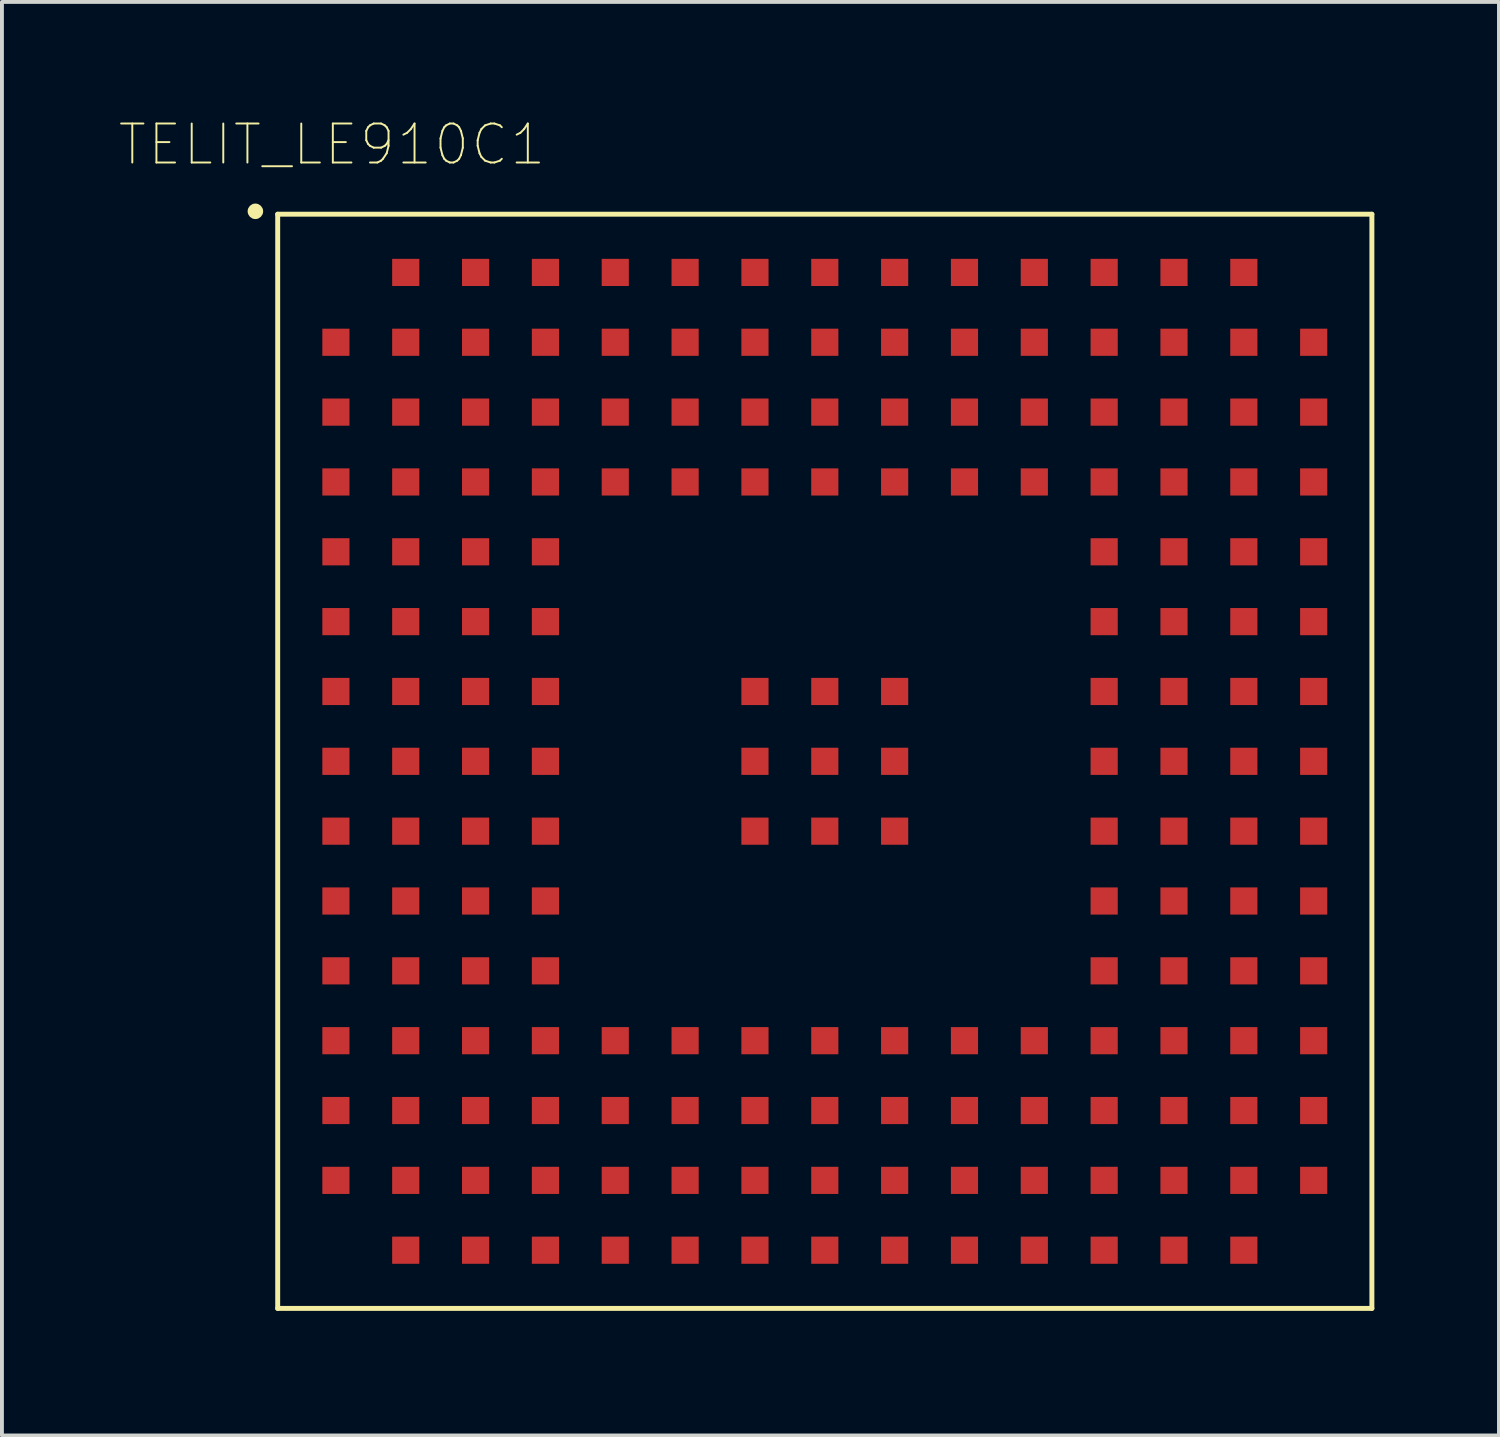
<source format=kicad_pcb>
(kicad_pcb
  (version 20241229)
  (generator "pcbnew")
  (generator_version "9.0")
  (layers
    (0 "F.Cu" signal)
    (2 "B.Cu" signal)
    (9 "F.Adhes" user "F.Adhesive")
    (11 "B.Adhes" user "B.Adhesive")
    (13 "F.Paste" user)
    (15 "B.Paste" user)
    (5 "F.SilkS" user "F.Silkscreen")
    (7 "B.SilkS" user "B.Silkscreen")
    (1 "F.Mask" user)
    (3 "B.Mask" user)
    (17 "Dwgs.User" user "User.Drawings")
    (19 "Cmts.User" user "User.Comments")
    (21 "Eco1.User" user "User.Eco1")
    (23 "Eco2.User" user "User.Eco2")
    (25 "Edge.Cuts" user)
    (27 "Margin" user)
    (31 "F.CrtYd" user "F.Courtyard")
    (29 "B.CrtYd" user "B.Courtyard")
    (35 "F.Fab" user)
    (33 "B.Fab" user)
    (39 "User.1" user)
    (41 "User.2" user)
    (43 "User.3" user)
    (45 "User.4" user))
  (footprint "TELIT_LE910C1"
    (layer "F.Cu")
    (at 18.207 16.571)
    (property "Reference" "TELIT_LE910C1" (at -12.703 -15.895 0) (layer "F.SilkS") (effects (font (size 1.005 1.005) (thickness 0.05))))
    (attr smd)
    (fp_line (start -14.1 14.1) (end -14.1 -14.1) (stroke (width 0.127) (type solid)) (layer "F.SilkS"))
    (fp_line (start 14.1 -14.1) (end -14.1 -14.1) (stroke (width 0.127) (type solid)) (layer "F.SilkS"))
    (fp_line (start 14.1 14.1) (end -14.1 14.1) (stroke (width 0.127) (type solid)) (layer "F.SilkS"))
    (fp_line (start 14.1 14.1) (end 14.1 -14.1) (stroke (width 0.127) (type solid)) (layer "F.SilkS"))
    (fp_circle (center -14.675 -14.175) (end -14.575 -14.175) (stroke (width 0.2) (type solid)) (fill no) (layer "F.SilkS"))
    (fp_line (start -14.35 -14.35) (end 14.35 -14.35) (stroke (width 0.05) (type solid)) (layer "Eco1.User"))
    (fp_line (start -14.35 14.35) (end -14.35 -14.35) (stroke (width 0.05) (type solid)) (layer "Eco1.User"))
    (fp_line (start -14.35 14.35) (end 14.35 14.35) (stroke (width 0.05) (type solid)) (layer "Eco1.User"))
    (fp_line (start 14.35 14.35) (end 14.35 -14.35) (stroke (width 0.05) (type solid)) (layer "Eco1.User"))
    (fp_line (start -14.1 14.1) (end -14.1 -14.1) (stroke (width 0.127) (type solid)) (layer "Eco2.User"))
    (fp_line (start 14.1 -14.1) (end -14.1 -14.1) (stroke (width 0.127) (type solid)) (layer "Eco2.User"))
    (fp_line (start 14.1 14.1) (end -14.1 14.1) (stroke (width 0.127) (type solid)) (layer "Eco2.User"))
    (fp_line (start 14.1 14.1) (end 14.1 -14.1) (stroke (width 0.127) (type solid)) (layer "Eco2.User"))
    (fp_circle (center -14.675 -14.175) (end -14.575 -14.175) (stroke (width 0.2) (type solid)) (fill no) (layer "Eco2.User"))
    (pad "A2" smd rect (at -12.6 -10.8) (size 0.7 0.7) (layers "F.Cu" "F.Mask" "F.Paste"))
    (pad "A3" smd rect (at -12.6 -9) (size 0.7 0.7) (layers "F.Cu" "F.Mask" "F.Paste"))
    (pad "A4" smd rect (at -12.6 -7.2) (size 0.7 0.7) (layers "F.Cu" "F.Mask" "F.Paste"))
    (pad "A5" smd rect (at -12.6 -5.4) (size 0.7 0.7) (layers "F.Cu" "F.Mask" "F.Paste"))
    (pad "A6" smd rect (at -12.6 -3.6) (size 0.7 0.7) (layers "F.Cu" "F.Mask" "F.Paste"))
    (pad "A7" smd rect (at -12.6 -1.8) (size 0.7 0.7) (layers "F.Cu" "F.Mask" "F.Paste"))
    (pad "A8" smd rect (at -12.6 0) (size 0.7 0.7) (layers "F.Cu" "F.Mask" "F.Paste"))
    (pad "A9" smd rect (at -12.6 1.8) (size 0.7 0.7) (layers "F.Cu" "F.Mask" "F.Paste"))
    (pad "A10" smd rect (at -12.6 3.6) (size 0.7 0.7) (layers "F.Cu" "F.Mask" "F.Paste"))
    (pad "A11" smd rect (at -12.6 5.4) (size 0.7 0.7) (layers "F.Cu" "F.Mask" "F.Paste"))
    (pad "A12" smd rect (at -12.6 7.2) (size 0.7 0.7) (layers "F.Cu" "F.Mask" "F.Paste"))
    (pad "A13" smd rect (at -12.6 9) (size 0.7 0.7) (layers "F.Cu" "F.Mask" "F.Paste"))
    (pad "A14" smd rect (at -12.6 10.8) (size 0.7 0.7) (layers "F.Cu" "F.Mask" "F.Paste"))
    (pad "B1" smd rect (at -10.8 -12.6) (size 0.7 0.7) (layers "F.Cu" "F.Mask" "F.Paste"))
    (pad "B2" smd rect (at -10.8 -10.8) (size 0.7 0.7) (layers "F.Cu" "F.Mask" "F.Paste"))
    (pad "B3" smd rect (at -10.8 -9) (size 0.7 0.7) (layers "F.Cu" "F.Mask" "F.Paste"))
    (pad "B4" smd rect (at -10.8 -7.2) (size 0.7 0.7) (layers "F.Cu" "F.Mask" "F.Paste"))
    (pad "B5" smd rect (at -10.8 -5.4) (size 0.7 0.7) (layers "F.Cu" "F.Mask" "F.Paste"))
    (pad "B6" smd rect (at -10.8 -3.6) (size 0.7 0.7) (layers "F.Cu" "F.Mask" "F.Paste"))
    (pad "B7" smd rect (at -10.8 -1.8) (size 0.7 0.7) (layers "F.Cu" "F.Mask" "F.Paste"))
    (pad "B8" smd rect (at -10.8 0) (size 0.7 0.7) (layers "F.Cu" "F.Mask" "F.Paste"))
    (pad "B9" smd rect (at -10.8 1.8) (size 0.7 0.7) (layers "F.Cu" "F.Mask" "F.Paste"))
    (pad "B10" smd rect (at -10.8 3.6) (size 0.7 0.7) (layers "F.Cu" "F.Mask" "F.Paste"))
    (pad "B11" smd rect (at -10.8 5.4) (size 0.7 0.7) (layers "F.Cu" "F.Mask" "F.Paste"))
    (pad "B12" smd rect (at -10.8 7.2) (size 0.7 0.7) (layers "F.Cu" "F.Mask" "F.Paste"))
    (pad "B13" smd rect (at -10.8 9) (size 0.7 0.7) (layers "F.Cu" "F.Mask" "F.Paste"))
    (pad "B14" smd rect (at -10.8 10.8) (size 0.7 0.7) (layers "F.Cu" "F.Mask" "F.Paste"))
    (pad "B15" smd rect (at -10.8 12.6) (size 0.7 0.7) (layers "F.Cu" "F.Mask" "F.Paste"))
    (pad "C1" smd rect (at -9 -12.6) (size 0.7 0.7) (layers "F.Cu" "F.Mask" "F.Paste"))
    (pad "C2" smd rect (at -9 -10.8) (size 0.7 0.7) (layers "F.Cu" "F.Mask" "F.Paste"))
    (pad "C3" smd rect (at -9 -9) (size 0.7 0.7) (layers "F.Cu" "F.Mask" "F.Paste"))
    (pad "C4" smd rect (at -9 -7.2) (size 0.7 0.7) (layers "F.Cu" "F.Mask" "F.Paste"))
    (pad "C5" smd rect (at -9 -5.4) (size 0.7 0.7) (layers "F.Cu" "F.Mask" "F.Paste"))
    (pad "C6" smd rect (at -9 -3.6) (size 0.7 0.7) (layers "F.Cu" "F.Mask" "F.Paste"))
    (pad "C7" smd rect (at -9 -1.8) (size 0.7 0.7) (layers "F.Cu" "F.Mask" "F.Paste"))
    (pad "C8" smd rect (at -9 0) (size 0.7 0.7) (layers "F.Cu" "F.Mask" "F.Paste"))
    (pad "C9" smd rect (at -9 1.8) (size 0.7 0.7) (layers "F.Cu" "F.Mask" "F.Paste"))
    (pad "C10" smd rect (at -9 3.6) (size 0.7 0.7) (layers "F.Cu" "F.Mask" "F.Paste"))
    (pad "C11" smd rect (at -9 5.4) (size 0.7 0.7) (layers "F.Cu" "F.Mask" "F.Paste"))
    (pad "C12" smd rect (at -9 7.2) (size 0.7 0.7) (layers "F.Cu" "F.Mask" "F.Paste"))
    (pad "C13" smd rect (at -9 9) (size 0.7 0.7) (layers "F.Cu" "F.Mask" "F.Paste"))
    (pad "C14" smd rect (at -9 10.8) (size 0.7 0.7) (layers "F.Cu" "F.Mask" "F.Paste"))
    (pad "C15" smd rect (at -9 12.6) (size 0.7 0.7) (layers "F.Cu" "F.Mask" "F.Paste"))
    (pad "D1" smd rect (at -7.2 -12.6) (size 0.7 0.7) (layers "F.Cu" "F.Mask" "F.Paste"))
    (pad "D2" smd rect (at -7.2 -10.8) (size 0.7 0.7) (layers "F.Cu" "F.Mask" "F.Paste"))
    (pad "D3" smd rect (at -7.2 -9) (size 0.7 0.7) (layers "F.Cu" "F.Mask" "F.Paste"))
    (pad "D4" smd rect (at -7.2 -7.2) (size 0.7 0.7) (layers "F.Cu" "F.Mask" "F.Paste"))
    (pad "D5" smd rect (at -7.2 -5.4) (size 0.7 0.7) (layers "F.Cu" "F.Mask" "F.Paste"))
    (pad "D6" smd rect (at -7.2 -3.6) (size 0.7 0.7) (layers "F.Cu" "F.Mask" "F.Paste"))
    (pad "D7" smd rect (at -7.2 -1.8) (size 0.7 0.7) (layers "F.Cu" "F.Mask" "F.Paste"))
    (pad "D8" smd rect (at -7.2 0) (size 0.7 0.7) (layers "F.Cu" "F.Mask" "F.Paste"))
    (pad "D9" smd rect (at -7.2 1.8) (size 0.7 0.7) (layers "F.Cu" "F.Mask" "F.Paste"))
    (pad "D10" smd rect (at -7.2 3.6) (size 0.7 0.7) (layers "F.Cu" "F.Mask" "F.Paste"))
    (pad "D11" smd rect (at -7.2 5.4) (size 0.7 0.7) (layers "F.Cu" "F.Mask" "F.Paste"))
    (pad "D12" smd rect (at -7.2 7.2) (size 0.7 0.7) (layers "F.Cu" "F.Mask" "F.Paste"))
    (pad "D13" smd rect (at -7.2 9) (size 0.7 0.7) (layers "F.Cu" "F.Mask" "F.Paste"))
    (pad "D14" smd rect (at -7.2 10.8) (size 0.7 0.7) (layers "F.Cu" "F.Mask" "F.Paste"))
    (pad "D15" smd rect (at -7.2 12.6) (size 0.7 0.7) (layers "F.Cu" "F.Mask" "F.Paste"))
    (pad "E1" smd rect (at -5.4 -12.6) (size 0.7 0.7) (layers "F.Cu" "F.Mask" "F.Paste"))
    (pad "E2" smd rect (at -5.4 -10.8) (size 0.7 0.7) (layers "F.Cu" "F.Mask" "F.Paste"))
    (pad "E3" smd rect (at -5.4 -9) (size 0.7 0.7) (layers "F.Cu" "F.Mask" "F.Paste"))
    (pad "E4" smd rect (at -5.4 -7.2) (size 0.7 0.7) (layers "F.Cu" "F.Mask" "F.Paste"))
    (pad "E12" smd rect (at -5.4 7.2) (size 0.7 0.7) (layers "F.Cu" "F.Mask" "F.Paste"))
    (pad "E13" smd rect (at -5.4 9) (size 0.7 0.7) (layers "F.Cu" "F.Mask" "F.Paste"))
    (pad "E14" smd rect (at -5.4 10.8) (size 0.7 0.7) (layers "F.Cu" "F.Mask" "F.Paste"))
    (pad "E15" smd rect (at -5.4 12.6) (size 0.7 0.7) (layers "F.Cu" "F.Mask" "F.Paste"))
    (pad "F1" smd rect (at -3.6 -12.6) (size 0.7 0.7) (layers "F.Cu" "F.Mask" "F.Paste"))
    (pad "F2" smd rect (at -3.6 -10.8) (size 0.7 0.7) (layers "F.Cu" "F.Mask" "F.Paste"))
    (pad "F3" smd rect (at -3.6 -9) (size 0.7 0.7) (layers "F.Cu" "F.Mask" "F.Paste"))
    (pad "F4" smd rect (at -3.6 -7.2) (size 0.7 0.7) (layers "F.Cu" "F.Mask" "F.Paste"))
    (pad "F12" smd rect (at -3.6 7.2) (size 0.7 0.7) (layers "F.Cu" "F.Mask" "F.Paste"))
    (pad "F13" smd rect (at -3.6 9) (size 0.7 0.7) (layers "F.Cu" "F.Mask" "F.Paste"))
    (pad "F14" smd rect (at -3.6 10.8) (size 0.7 0.7) (layers "F.Cu" "F.Mask" "F.Paste"))
    (pad "F15" smd rect (at -3.6 12.6) (size 0.7 0.7) (layers "F.Cu" "F.Mask" "F.Paste"))
    (pad "G1" smd rect (at -1.8 -12.6) (size 0.7 0.7) (layers "F.Cu" "F.Mask" "F.Paste"))
    (pad "G2" smd rect (at -1.8 -10.8) (size 0.7 0.7) (layers "F.Cu" "F.Mask" "F.Paste"))
    (pad "G3" smd rect (at -1.8 -9) (size 0.7 0.7) (layers "F.Cu" "F.Mask" "F.Paste"))
    (pad "G4" smd rect (at -1.8 -7.2) (size 0.7 0.7) (layers "F.Cu" "F.Mask" "F.Paste"))
    (pad "G7" smd rect (at -1.8 -1.8) (size 0.7 0.7) (layers "F.Cu" "F.Mask" "F.Paste"))
    (pad "G8" smd rect (at -1.8 0) (size 0.7 0.7) (layers "F.Cu" "F.Mask" "F.Paste"))
    (pad "G9" smd rect (at -1.8 1.8) (size 0.7 0.7) (layers "F.Cu" "F.Mask" "F.Paste"))
    (pad "G12" smd rect (at -1.8 7.2) (size 0.7 0.7) (layers "F.Cu" "F.Mask" "F.Paste"))
    (pad "G13" smd rect (at -1.8 9) (size 0.7 0.7) (layers "F.Cu" "F.Mask" "F.Paste"))
    (pad "G14" smd rect (at -1.8 10.8) (size 0.7 0.7) (layers "F.Cu" "F.Mask" "F.Paste"))
    (pad "G15" smd rect (at -1.8 12.6) (size 0.7 0.7) (layers "F.Cu" "F.Mask" "F.Paste"))
    (pad "H1" smd rect (at 0 -12.6) (size 0.7 0.7) (layers "F.Cu" "F.Mask" "F.Paste"))
    (pad "H2" smd rect (at 0 -10.8) (size 0.7 0.7) (layers "F.Cu" "F.Mask" "F.Paste"))
    (pad "H3" smd rect (at 0 -9) (size 0.7 0.7) (layers "F.Cu" "F.Mask" "F.Paste"))
    (pad "H4" smd rect (at 0 -7.2) (size 0.7 0.7) (layers "F.Cu" "F.Mask" "F.Paste"))
    (pad "H7" smd rect (at 0 -1.8) (size 0.7 0.7) (layers "F.Cu" "F.Mask" "F.Paste"))
    (pad "H8" smd rect (at 0 0) (size 0.7 0.7) (layers "F.Cu" "F.Mask" "F.Paste"))
    (pad "H9" smd rect (at 0 1.8) (size 0.7 0.7) (layers "F.Cu" "F.Mask" "F.Paste"))
    (pad "H12" smd rect (at 0 7.2) (size 0.7 0.7) (layers "F.Cu" "F.Mask" "F.Paste"))
    (pad "H13" smd rect (at 0 9) (size 0.7 0.7) (layers "F.Cu" "F.Mask" "F.Paste"))
    (pad "H14" smd rect (at 0 10.8) (size 0.7 0.7) (layers "F.Cu" "F.Mask" "F.Paste"))
    (pad "H15" smd rect (at 0 12.6) (size 0.7 0.7) (layers "F.Cu" "F.Mask" "F.Paste"))
    (pad "J1" smd rect (at 1.8 -12.6) (size 0.7 0.7) (layers "F.Cu" "F.Mask" "F.Paste"))
    (pad "J2" smd rect (at 1.8 -10.8) (size 0.7 0.7) (layers "F.Cu" "F.Mask" "F.Paste"))
    (pad "J3" smd rect (at 1.8 -9) (size 0.7 0.7) (layers "F.Cu" "F.Mask" "F.Paste"))
    (pad "J4" smd rect (at 1.8 -7.2) (size 0.7 0.7) (layers "F.Cu" "F.Mask" "F.Paste"))
    (pad "J7" smd rect (at 1.8 -1.8) (size 0.7 0.7) (layers "F.Cu" "F.Mask" "F.Paste"))
    (pad "J8" smd rect (at 1.8 0) (size 0.7 0.7) (layers "F.Cu" "F.Mask" "F.Paste"))
    (pad "J9" smd rect (at 1.8 1.8) (size 0.7 0.7) (layers "F.Cu" "F.Mask" "F.Paste"))
    (pad "J12" smd rect (at 1.8 7.2) (size 0.7 0.7) (layers "F.Cu" "F.Mask" "F.Paste"))
    (pad "J13" smd rect (at 1.8 9) (size 0.7 0.7) (layers "F.Cu" "F.Mask" "F.Paste"))
    (pad "J14" smd rect (at 1.8 10.8) (size 0.7 0.7) (layers "F.Cu" "F.Mask" "F.Paste"))
    (pad "J15" smd rect (at 1.8 12.6) (size 0.7 0.7) (layers "F.Cu" "F.Mask" "F.Paste"))
    (pad "K1" smd rect (at 3.6 -12.6) (size 0.7 0.7) (layers "F.Cu" "F.Mask" "F.Paste"))
    (pad "K2" smd rect (at 3.6 -10.8) (size 0.7 0.7) (layers "F.Cu" "F.Mask" "F.Paste"))
    (pad "K3" smd rect (at 3.6 -9) (size 0.7 0.7) (layers "F.Cu" "F.Mask" "F.Paste"))
    (pad "K4" smd rect (at 3.6 -7.2) (size 0.7 0.7) (layers "F.Cu" "F.Mask" "F.Paste"))
    (pad "K12" smd rect (at 3.6 7.2) (size 0.7 0.7) (layers "F.Cu" "F.Mask" "F.Paste"))
    (pad "K13" smd rect (at 3.6 9) (size 0.7 0.7) (layers "F.Cu" "F.Mask" "F.Paste"))
    (pad "K14" smd rect (at 3.6 10.8) (size 0.7 0.7) (layers "F.Cu" "F.Mask" "F.Paste"))
    (pad "K15" smd rect (at 3.6 12.6) (size 0.7 0.7) (layers "F.Cu" "F.Mask" "F.Paste"))
    (pad "L1" smd rect (at 5.4 -12.6) (size 0.7 0.7) (layers "F.Cu" "F.Mask" "F.Paste"))
    (pad "L2" smd rect (at 5.4 -10.8) (size 0.7 0.7) (layers "F.Cu" "F.Mask" "F.Paste"))
    (pad "L3" smd rect (at 5.4 -9) (size 0.7 0.7) (layers "F.Cu" "F.Mask" "F.Paste"))
    (pad "L4" smd rect (at 5.4 -7.2) (size 0.7 0.7) (layers "F.Cu" "F.Mask" "F.Paste"))
    (pad "L12" smd rect (at 5.4 7.2) (size 0.7 0.7) (layers "F.Cu" "F.Mask" "F.Paste"))
    (pad "L13" smd rect (at 5.4 9) (size 0.7 0.7) (layers "F.Cu" "F.Mask" "F.Paste"))
    (pad "L14" smd rect (at 5.4 10.8) (size 0.7 0.7) (layers "F.Cu" "F.Mask" "F.Paste"))
    (pad "L15" smd rect (at 5.4 12.6) (size 0.7 0.7) (layers "F.Cu" "F.Mask" "F.Paste"))
    (pad "M1" smd rect (at 7.2 -12.6) (size 0.7 0.7) (layers "F.Cu" "F.Mask" "F.Paste"))
    (pad "M2" smd rect (at 7.2 -10.8) (size 0.7 0.7) (layers "F.Cu" "F.Mask" "F.Paste"))
    (pad "M3" smd rect (at 7.2 -9) (size 0.7 0.7) (layers "F.Cu" "F.Mask" "F.Paste"))
    (pad "M4" smd rect (at 7.2 -7.2) (size 0.7 0.7) (layers "F.Cu" "F.Mask" "F.Paste"))
    (pad "M5" smd rect (at 7.2 -5.4) (size 0.7 0.7) (layers "F.Cu" "F.Mask" "F.Paste"))
    (pad "M6" smd rect (at 7.2 -3.6) (size 0.7 0.7) (layers "F.Cu" "F.Mask" "F.Paste"))
    (pad "M7" smd rect (at 7.2 -1.8) (size 0.7 0.7) (layers "F.Cu" "F.Mask" "F.Paste"))
    (pad "M8" smd rect (at 7.2 0) (size 0.7 0.7) (layers "F.Cu" "F.Mask" "F.Paste"))
    (pad "M9" smd rect (at 7.2 1.8) (size 0.7 0.7) (layers "F.Cu" "F.Mask" "F.Paste"))
    (pad "M10" smd rect (at 7.2 3.6) (size 0.7 0.7) (layers "F.Cu" "F.Mask" "F.Paste"))
    (pad "M11" smd rect (at 7.2 5.4) (size 0.7 0.7) (layers "F.Cu" "F.Mask" "F.Paste"))
    (pad "M12" smd rect (at 7.2 7.2) (size 0.7 0.7) (layers "F.Cu" "F.Mask" "F.Paste"))
    (pad "M13" smd rect (at 7.2 9) (size 0.7 0.7) (layers "F.Cu" "F.Mask" "F.Paste"))
    (pad "M14" smd rect (at 7.2 10.8) (size 0.7 0.7) (layers "F.Cu" "F.Mask" "F.Paste"))
    (pad "M15" smd rect (at 7.2 12.6) (size 0.7 0.7) (layers "F.Cu" "F.Mask" "F.Paste"))
    (pad "N1" smd rect (at 9 -12.6) (size 0.7 0.7) (layers "F.Cu" "F.Mask" "F.Paste"))
    (pad "N2" smd rect (at 9 -10.8) (size 0.7 0.7) (layers "F.Cu" "F.Mask" "F.Paste"))
    (pad "N3" smd rect (at 9 -9) (size 0.7 0.7) (layers "F.Cu" "F.Mask" "F.Paste"))
    (pad "N4" smd rect (at 9 -7.2) (size 0.7 0.7) (layers "F.Cu" "F.Mask" "F.Paste"))
    (pad "N5" smd rect (at 9 -5.4) (size 0.7 0.7) (layers "F.Cu" "F.Mask" "F.Paste"))
    (pad "N6" smd rect (at 9 -3.6) (size 0.7 0.7) (layers "F.Cu" "F.Mask" "F.Paste"))
    (pad "N7" smd rect (at 9 -1.8) (size 0.7 0.7) (layers "F.Cu" "F.Mask" "F.Paste"))
    (pad "N8" smd rect (at 9 0) (size 0.7 0.7) (layers "F.Cu" "F.Mask" "F.Paste"))
    (pad "N9" smd rect (at 9 1.8) (size 0.7 0.7) (layers "F.Cu" "F.Mask" "F.Paste"))
    (pad "N10" smd rect (at 9 3.6) (size 0.7 0.7) (layers "F.Cu" "F.Mask" "F.Paste"))
    (pad "N11" smd rect (at 9 5.4) (size 0.7 0.7) (layers "F.Cu" "F.Mask" "F.Paste"))
    (pad "N12" smd rect (at 9 7.2) (size 0.7 0.7) (layers "F.Cu" "F.Mask" "F.Paste"))
    (pad "N13" smd rect (at 9 9) (size 0.7 0.7) (layers "F.Cu" "F.Mask" "F.Paste"))
    (pad "N14" smd rect (at 9 10.8) (size 0.7 0.7) (layers "F.Cu" "F.Mask" "F.Paste"))
    (pad "N15" smd rect (at 9 12.6) (size 0.7 0.7) (layers "F.Cu" "F.Mask" "F.Paste"))
    (pad "P1" smd rect (at 10.8 -12.6) (size 0.7 0.7) (layers "F.Cu" "F.Mask" "F.Paste"))
    (pad "P2" smd rect (at 10.8 -10.8) (size 0.7 0.7) (layers "F.Cu" "F.Mask" "F.Paste"))
    (pad "P3" smd rect (at 10.8 -9) (size 0.7 0.7) (layers "F.Cu" "F.Mask" "F.Paste"))
    (pad "P4" smd rect (at 10.8 -7.2) (size 0.7 0.7) (layers "F.Cu" "F.Mask" "F.Paste"))
    (pad "P5" smd rect (at 10.8 -5.4) (size 0.7 0.7) (layers "F.Cu" "F.Mask" "F.Paste"))
    (pad "P6" smd rect (at 10.8 -3.6) (size 0.7 0.7) (layers "F.Cu" "F.Mask" "F.Paste"))
    (pad "P7" smd rect (at 10.8 -1.8) (size 0.7 0.7) (layers "F.Cu" "F.Mask" "F.Paste"))
    (pad "P8" smd rect (at 10.8 0) (size 0.7 0.7) (layers "F.Cu" "F.Mask" "F.Paste"))
    (pad "P9" smd rect (at 10.8 1.8) (size 0.7 0.7) (layers "F.Cu" "F.Mask" "F.Paste"))
    (pad "P10" smd rect (at 10.8 3.6) (size 0.7 0.7) (layers "F.Cu" "F.Mask" "F.Paste"))
    (pad "P11" smd rect (at 10.8 5.4) (size 0.7 0.7) (layers "F.Cu" "F.Mask" "F.Paste"))
    (pad "P12" smd rect (at 10.8 7.2) (size 0.7 0.7) (layers "F.Cu" "F.Mask" "F.Paste"))
    (pad "P13" smd rect (at 10.8 9) (size 0.7 0.7) (layers "F.Cu" "F.Mask" "F.Paste"))
    (pad "P14" smd rect (at 10.8 10.8) (size 0.7 0.7) (layers "F.Cu" "F.Mask" "F.Paste"))
    (pad "P15" smd rect (at 10.8 12.6) (size 0.7 0.7) (layers "F.Cu" "F.Mask" "F.Paste"))
    (pad "R2" smd rect (at 12.6 -10.8) (size 0.7 0.7) (layers "F.Cu" "F.Mask" "F.Paste"))
    (pad "R3" smd rect (at 12.6 -9) (size 0.7 0.7) (layers "F.Cu" "F.Mask" "F.Paste"))
    (pad "R4" smd rect (at 12.6 -7.2) (size 0.7 0.7) (layers "F.Cu" "F.Mask" "F.Paste"))
    (pad "R5" smd rect (at 12.6 -5.4) (size 0.7 0.7) (layers "F.Cu" "F.Mask" "F.Paste"))
    (pad "R6" smd rect (at 12.6 -3.6) (size 0.7 0.7) (layers "F.Cu" "F.Mask" "F.Paste"))
    (pad "R7" smd rect (at 12.6 -1.8) (size 0.7 0.7) (layers "F.Cu" "F.Mask" "F.Paste"))
    (pad "R8" smd rect (at 12.6 0) (size 0.7 0.7) (layers "F.Cu" "F.Mask" "F.Paste"))
    (pad "R9" smd rect (at 12.6 1.8) (size 0.7 0.7) (layers "F.Cu" "F.Mask" "F.Paste"))
    (pad "R10" smd rect (at 12.6 3.6) (size 0.7 0.7) (layers "F.Cu" "F.Mask" "F.Paste"))
    (pad "R11" smd rect (at 12.6 5.4) (size 0.7 0.7) (layers "F.Cu" "F.Mask" "F.Paste"))
    (pad "R12" smd rect (at 12.6 7.2) (size 0.7 0.7) (layers "F.Cu" "F.Mask" "F.Paste"))
    (pad "R13" smd rect (at 12.6 9) (size 0.7 0.7) (layers "F.Cu" "F.Mask" "F.Paste"))
    (pad "R14" smd rect (at 12.6 10.8) (size 0.7 0.7) (layers "F.Cu" "F.Mask" "F.Paste")))
  (gr_rect
    (start -3 -3)
    (end 35.582 33.946)
    (stroke (width 0.1) (type default))
    (fill no)
    (layer "Edge.Cuts")))
</source>
